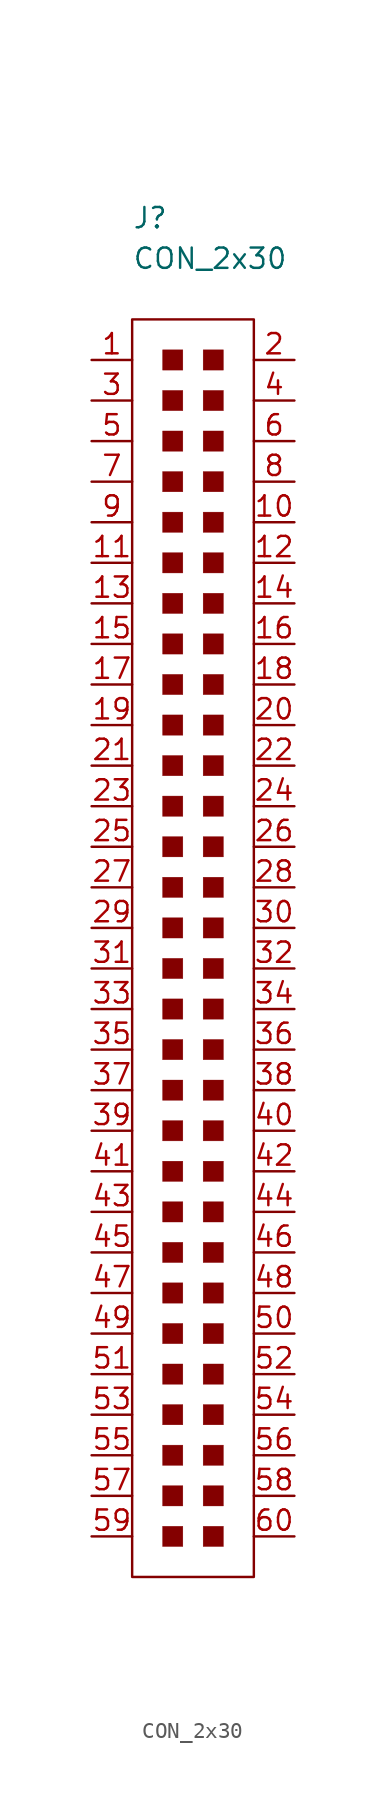
<source format=kicad_sym>
(kicad_symbol_lib
  (version 20211014)
  (generator kicad_symbol_editor)
  (symbol "CON_2x30"
    (pin_names
      (offset 1.016))
    (property "Reference" "J"
      (at -5.08 21.59 0)
      (effects (font (size 1.27 1.27)) (justify left)))
    (property "Value" "CON_2x30"
      (at -5.08 19.05 0)
      (effects (font (size 1.27 1.27)) (justify left)))
    (symbol "CON_2x30_0_1"
      (rectangle (start -5.08 15.24) (end 2.54 -63.5) (stroke (width 0.152) (type default) (color 0 0 0 0)) (fill (type none)))
      (rectangle (start -3.175 -60.325) (end -1.905 -61.595) (stroke (width 0.001) (type default) (color 0 0 0 0)) (fill (type outline)))
      (rectangle (start -3.175 -57.785) (end -1.905 -59.055) (stroke (width 0.001) (type default) (color 0 0 0 0)) (fill (type outline)))
      (rectangle (start -3.175 -55.245) (end -1.905 -56.515) (stroke (width 0.001) (type default) (color 0 0 0 0)) (fill (type outline)))
      (rectangle (start -3.175 -52.705) (end -1.905 -53.975) (stroke (width 0.001) (type default) (color 0 0 0 0)) (fill (type outline)))
      (rectangle (start -3.175 -50.165) (end -1.905 -51.435) (stroke (width 0.001) (type default) (color 0 0 0 0)) (fill (type outline)))
      (rectangle (start -3.175 -47.625) (end -1.905 -48.895) (stroke (width 0.001) (type default) (color 0 0 0 0)) (fill (type outline)))
      (rectangle (start -3.175 -45.085) (end -1.905 -46.355) (stroke (width 0.001) (type default) (color 0 0 0 0)) (fill (type outline)))
      (rectangle (start -3.175 -42.545) (end -1.905 -43.815) (stroke (width 0.001) (type default) (color 0 0 0 0)) (fill (type outline)))
      (rectangle (start -3.175 -40.005) (end -1.905 -41.275) (stroke (width 0.001) (type default) (color 0 0 0 0)) (fill (type outline)))
      (rectangle (start -3.175 -37.465) (end -1.905 -38.735) (stroke (width 0.001) (type default) (color 0 0 0 0)) (fill (type outline)))
      (rectangle (start -3.175 -34.925) (end -1.905 -36.195) (stroke (width 0.001) (type default) (color 0 0 0 0)) (fill (type outline)))
      (rectangle (start -3.175 -32.385) (end -1.905 -33.655) (stroke (width 0.001) (type default) (color 0 0 0 0)) (fill (type outline)))
      (rectangle (start -3.175 -29.845) (end -1.905 -31.115) (stroke (width 0.001) (type default) (color 0 0 0 0)) (fill (type outline)))
      (rectangle (start -3.175 -27.305) (end -1.905 -28.575) (stroke (width 0.001) (type default) (color 0 0 0 0)) (fill (type outline)))
      (rectangle (start -3.175 -24.765) (end -1.905 -26.035) (stroke (width 0.001) (type default) (color 0 0 0 0)) (fill (type outline)))
      (rectangle (start -3.175 -22.225) (end -1.905 -23.495) (stroke (width 0.001) (type default) (color 0 0 0 0)) (fill (type outline)))
      (rectangle (start -3.175 -19.685) (end -1.905 -20.955) (stroke (width 0.001) (type default) (color 0 0 0 0)) (fill (type outline)))
      (rectangle (start -3.175 -17.145) (end -1.905 -18.415) (stroke (width 0.001) (type default) (color 0 0 0 0)) (fill (type outline)))
      (rectangle (start -3.175 -14.605) (end -1.905 -15.875) (stroke (width 0.001) (type default) (color 0 0 0 0)) (fill (type outline)))
      (rectangle (start -3.175 -12.065) (end -1.905 -13.335) (stroke (width 0.001) (type default) (color 0 0 0 0)) (fill (type outline)))
      (rectangle (start -3.175 -9.525) (end -1.905 -10.795) (stroke (width 0.001) (type default) (color 0 0 0 0)) (fill (type outline)))
      (rectangle (start -3.175 -6.985) (end -1.905 -8.255) (stroke (width 0.001) (type default) (color 0 0 0 0)) (fill (type outline)))
      (rectangle (start -3.175 -4.445) (end -1.905 -5.715) (stroke (width 0.001) (type default) (color 0 0 0 0)) (fill (type outline)))
      (rectangle (start -3.175 -1.905) (end -1.905 -3.175) (stroke (width 0.001) (type default) (color 0 0 0 0)) (fill (type outline)))
      (rectangle (start -3.175 0.635) (end -1.905 -0.635) (stroke (width 0.001) (type default) (color 0 0 0 0)) (fill (type outline)))
      (rectangle (start -3.175 3.175) (end -1.905 1.905) (stroke (width 0.001) (type default) (color 0 0 0 0)) (fill (type outline)))
      (rectangle (start -3.175 5.715) (end -1.905 4.445) (stroke (width 0.001) (type default) (color 0 0 0 0)) (fill (type outline)))
      (rectangle (start -3.175 8.255) (end -1.905 6.985) (stroke (width 0.001) (type default) (color 0 0 0 0)) (fill (type outline)))
      (rectangle (start -3.175 10.795) (end -1.905 9.525) (stroke (width 0.001) (type default) (color 0 0 0 0)) (fill (type outline)))
      (rectangle (start -3.175 13.335) (end -1.905 12.065) (stroke (width 0.001) (type default) (color 0 0 0 0)) (fill (type outline)))
      (rectangle (start -0.635 -60.325) (end 0.635 -61.595) (stroke (width 0.001) (type default) (color 0 0 0 0)) (fill (type outline)))
      (rectangle (start -0.635 -57.785) (end 0.635 -59.055) (stroke (width 0.001) (type default) (color 0 0 0 0)) (fill (type outline)))
      (rectangle (start -0.635 -55.245) (end 0.635 -56.515) (stroke (width 0.001) (type default) (color 0 0 0 0)) (fill (type outline)))
      (rectangle (start -0.635 -52.705) (end 0.635 -53.975) (stroke (width 0.001) (type default) (color 0 0 0 0)) (fill (type outline)))
      (rectangle (start -0.635 -50.165) (end 0.635 -51.435) (stroke (width 0.001) (type default) (color 0 0 0 0)) (fill (type outline)))
      (rectangle (start -0.635 -47.625) (end 0.635 -48.895) (stroke (width 0.001) (type default) (color 0 0 0 0)) (fill (type outline)))
      (rectangle (start -0.635 -45.085) (end 0.635 -46.355) (stroke (width 0.001) (type default) (color 0 0 0 0)) (fill (type outline)))
      (rectangle (start -0.635 -42.545) (end 0.635 -43.815) (stroke (width 0.001) (type default) (color 0 0 0 0)) (fill (type outline)))
      (rectangle (start -0.635 -40.005) (end 0.635 -41.275) (stroke (width 0.001) (type default) (color 0 0 0 0)) (fill (type outline)))
      (rectangle (start -0.635 -37.465) (end 0.635 -38.735) (stroke (width 0.001) (type default) (color 0 0 0 0)) (fill (type outline)))
      (rectangle (start -0.635 -34.925) (end 0.635 -36.195) (stroke (width 0.001) (type default) (color 0 0 0 0)) (fill (type outline)))
      (rectangle (start -0.635 -32.385) (end 0.635 -33.655) (stroke (width 0.001) (type default) (color 0 0 0 0)) (fill (type outline)))
      (rectangle (start -0.635 -29.845) (end 0.635 -31.115) (stroke (width 0.001) (type default) (color 0 0 0 0)) (fill (type outline)))
      (rectangle (start -0.635 -27.305) (end 0.635 -28.575) (stroke (width 0.001) (type default) (color 0 0 0 0)) (fill (type outline)))
      (rectangle (start -0.635 -24.765) (end 0.635 -26.035) (stroke (width 0.001) (type default) (color 0 0 0 0)) (fill (type outline)))
      (rectangle (start -0.635 -22.225) (end 0.635 -23.495) (stroke (width 0.001) (type default) (color 0 0 0 0)) (fill (type outline)))
      (rectangle (start -0.635 -19.685) (end 0.635 -20.955) (stroke (width 0.001) (type default) (color 0 0 0 0)) (fill (type outline)))
      (rectangle (start -0.635 -17.145) (end 0.635 -18.415) (stroke (width 0.001) (type default) (color 0 0 0 0)) (fill (type outline)))
      (rectangle (start -0.635 -14.605) (end 0.635 -15.875) (stroke (width 0.001) (type default) (color 0 0 0 0)) (fill (type outline)))
      (rectangle (start -0.635 -12.065) (end 0.635 -13.335) (stroke (width 0.001) (type default) (color 0 0 0 0)) (fill (type outline)))
      (rectangle (start -0.635 -9.525) (end 0.635 -10.795) (stroke (width 0.001) (type default) (color 0 0 0 0)) (fill (type outline)))
      (rectangle (start -0.635 -6.985) (end 0.635 -8.255) (stroke (width 0.001) (type default) (color 0 0 0 0)) (fill (type outline)))
      (rectangle (start -0.635 -4.445) (end 0.635 -5.715) (stroke (width 0.001) (type default) (color 0 0 0 0)) (fill (type outline)))
      (rectangle (start -0.635 -1.905) (end 0.635 -3.175) (stroke (width 0.001) (type default) (color 0 0 0 0)) (fill (type outline)))
      (rectangle (start -0.635 0.635) (end 0.635 -0.635) (stroke (width 0.001) (type default) (color 0 0 0 0)) (fill (type outline)))
      (rectangle (start -0.635 3.175) (end 0.635 1.905) (stroke (width 0.001) (type default) (color 0 0 0 0)) (fill (type outline)))
      (rectangle (start -0.635 5.715) (end 0.635 4.445) (stroke (width 0.001) (type default) (color 0 0 0 0)) (fill (type outline)))
      (rectangle (start -0.635 8.255) (end 0.635 6.985) (stroke (width 0.001) (type default) (color 0 0 0 0)) (fill (type outline)))
      (rectangle (start -0.635 10.795) (end 0.635 9.525) (stroke (width 0.001) (type default) (color 0 0 0 0)) (fill (type outline)))
      (rectangle (start -0.635 13.335) (end 0.635 12.065) (stroke (width 0.001) (type default) (color 0 0 0 0)) (fill (type outline))))
    (symbol "CON_2x30_1_1"
      (pin passive line (at -7.62 12.7 0) (length 2.54) (name "~" (effects (font (size 1.27 1.27)))) (number "1" (effects (font (size 1.27 1.27)))))
      (pin passive line (at 5.08 2.54 180) (length 2.54) (name "~" (effects (font (size 1.27 1.27)))) (number "10" (effects (font (size 1.27 1.27)))))
      (pin passive line (at -7.62 0 0) (length 2.54) (name "~" (effects (font (size 1.27 1.27)))) (number "11" (effects (font (size 1.27 1.27)))))
      (pin passive line (at 5.08 0 180) (length 2.54) (name "~" (effects (font (size 1.27 1.27)))) (number "12" (effects (font (size 1.27 1.27)))))
      (pin passive line (at -7.62 -2.54 0) (length 2.54) (name "~" (effects (font (size 1.27 1.27)))) (number "13" (effects (font (size 1.27 1.27)))))
      (pin passive line (at 5.08 -2.54 180) (length 2.54) (name "~" (effects (font (size 1.27 1.27)))) (number "14" (effects (font (size 1.27 1.27)))))
      (pin passive line (at -7.62 -5.08 0) (length 2.54) (name "~" (effects (font (size 1.27 1.27)))) (number "15" (effects (font (size 1.27 1.27)))))
      (pin passive line (at 5.08 -5.08 180) (length 2.54) (name "~" (effects (font (size 1.27 1.27)))) (number "16" (effects (font (size 1.27 1.27)))))
      (pin passive line (at -7.62 -7.62 0) (length 2.54) (name "~" (effects (font (size 1.27 1.27)))) (number "17" (effects (font (size 1.27 1.27)))))
      (pin passive line (at 5.08 -7.62 180) (length 2.54) (name "~" (effects (font (size 1.27 1.27)))) (number "18" (effects (font (size 1.27 1.27)))))
      (pin passive line (at -7.62 -10.16 0) (length 2.54) (name "~" (effects (font (size 1.27 1.27)))) (number "19" (effects (font (size 1.27 1.27)))))
      (pin passive line (at 5.08 12.7 180) (length 2.54) (name "~" (effects (font (size 1.27 1.27)))) (number "2" (effects (font (size 1.27 1.27)))))
      (pin passive line (at 5.08 -10.16 180) (length 2.54) (name "~" (effects (font (size 1.27 1.27)))) (number "20" (effects (font (size 1.27 1.27)))))
      (pin passive line (at -7.62 -12.7 0) (length 2.54) (name "~" (effects (font (size 1.27 1.27)))) (number "21" (effects (font (size 1.27 1.27)))))
      (pin passive line (at 5.08 -12.7 180) (length 2.54) (name "~" (effects (font (size 1.27 1.27)))) (number "22" (effects (font (size 1.27 1.27)))))
      (pin passive line (at -7.62 -15.24 0) (length 2.54) (name "~" (effects (font (size 1.27 1.27)))) (number "23" (effects (font (size 1.27 1.27)))))
      (pin passive line (at 5.08 -15.24 180) (length 2.54) (name "~" (effects (font (size 1.27 1.27)))) (number "24" (effects (font (size 1.27 1.27)))))
      (pin passive line (at -7.62 -17.78 0) (length 2.54) (name "~" (effects (font (size 1.27 1.27)))) (number "25" (effects (font (size 1.27 1.27)))))
      (pin passive line (at 5.08 -17.78 180) (length 2.54) (name "~" (effects (font (size 1.27 1.27)))) (number "26" (effects (font (size 1.27 1.27)))))
      (pin passive line (at -7.62 -20.32 0) (length 2.54) (name "~" (effects (font (size 1.27 1.27)))) (number "27" (effects (font (size 1.27 1.27)))))
      (pin passive line (at 5.08 -20.32 180) (length 2.54) (name "~" (effects (font (size 1.27 1.27)))) (number "28" (effects (font (size 1.27 1.27)))))
      (pin passive line (at -7.62 -22.86 0) (length 2.54) (name "~" (effects (font (size 1.27 1.27)))) (number "29" (effects (font (size 1.27 1.27)))))
      (pin passive line (at -7.62 10.16 0) (length 2.54) (name "~" (effects (font (size 1.27 1.27)))) (number "3" (effects (font (size 1.27 1.27)))))
      (pin passive line (at 5.08 -22.86 180) (length 2.54) (name "~" (effects (font (size 1.27 1.27)))) (number "30" (effects (font (size 1.27 1.27)))))
      (pin passive line (at -7.62 -25.4 0) (length 2.54) (name "~" (effects (font (size 1.27 1.27)))) (number "31" (effects (font (size 1.27 1.27)))))
      (pin passive line (at 5.08 -25.4 180) (length 2.54) (name "~" (effects (font (size 1.27 1.27)))) (number "32" (effects (font (size 1.27 1.27)))))
      (pin passive line (at -7.62 -27.94 0) (length 2.54) (name "~" (effects (font (size 1.27 1.27)))) (number "33" (effects (font (size 1.27 1.27)))))
      (pin passive line (at 5.08 -27.94 180) (length 2.54) (name "~" (effects (font (size 1.27 1.27)))) (number "34" (effects (font (size 1.27 1.27)))))
      (pin passive line (at -7.62 -30.48 0) (length 2.54) (name "~" (effects (font (size 1.27 1.27)))) (number "35" (effects (font (size 1.27 1.27)))))
      (pin passive line (at 5.08 -30.48 180) (length 2.54) (name "~" (effects (font (size 1.27 1.27)))) (number "36" (effects (font (size 1.27 1.27)))))
      (pin passive line (at -7.62 -33.02 0) (length 2.54) (name "~" (effects (font (size 1.27 1.27)))) (number "37" (effects (font (size 1.27 1.27)))))
      (pin passive line (at 5.08 -33.02 180) (length 2.54) (name "~" (effects (font (size 1.27 1.27)))) (number "38" (effects (font (size 1.27 1.27)))))
      (pin passive line (at -7.62 -35.56 0) (length 2.54) (name "~" (effects (font (size 1.27 1.27)))) (number "39" (effects (font (size 1.27 1.27)))))
      (pin passive line (at 5.08 10.16 180) (length 2.54) (name "~" (effects (font (size 1.27 1.27)))) (number "4" (effects (font (size 1.27 1.27)))))
      (pin passive line (at 5.08 -35.56 180) (length 2.54) (name "~" (effects (font (size 1.27 1.27)))) (number "40" (effects (font (size 1.27 1.27)))))
      (pin passive line (at -7.62 -38.1 0) (length 2.54) (name "~" (effects (font (size 1.27 1.27)))) (number "41" (effects (font (size 1.27 1.27)))))
      (pin passive line (at 5.08 -38.1 180) (length 2.54) (name "~" (effects (font (size 1.27 1.27)))) (number "42" (effects (font (size 1.27 1.27)))))
      (pin passive line (at -7.62 -40.64 0) (length 2.54) (name "~" (effects (font (size 1.27 1.27)))) (number "43" (effects (font (size 1.27 1.27)))))
      (pin passive line (at 5.08 -40.64 180) (length 2.54) (name "~" (effects (font (size 1.27 1.27)))) (number "44" (effects (font (size 1.27 1.27)))))
      (pin passive line (at -7.62 -43.18 0) (length 2.54) (name "~" (effects (font (size 1.27 1.27)))) (number "45" (effects (font (size 1.27 1.27)))))
      (pin passive line (at 5.08 -43.18 180) (length 2.54) (name "~" (effects (font (size 1.27 1.27)))) (number "46" (effects (font (size 1.27 1.27)))))
      (pin passive line (at -7.62 -45.72 0) (length 2.54) (name "~" (effects (font (size 1.27 1.27)))) (number "47" (effects (font (size 1.27 1.27)))))
      (pin passive line (at 5.08 -45.72 180) (length 2.54) (name "~" (effects (font (size 1.27 1.27)))) (number "48" (effects (font (size 1.27 1.27)))))
      (pin passive line (at -7.62 -48.26 0) (length 2.54) (name "~" (effects (font (size 1.27 1.27)))) (number "49" (effects (font (size 1.27 1.27)))))
      (pin passive line (at -7.62 7.62 0) (length 2.54) (name "~" (effects (font (size 1.27 1.27)))) (number "5" (effects (font (size 1.27 1.27)))))
      (pin passive line (at 5.08 -48.26 180) (length 2.54) (name "~" (effects (font (size 1.27 1.27)))) (number "50" (effects (font (size 1.27 1.27)))))
      (pin passive line (at -7.62 -50.8 0) (length 2.54) (name "~" (effects (font (size 1.27 1.27)))) (number "51" (effects (font (size 1.27 1.27)))))
      (pin passive line (at 5.08 -50.8 180) (length 2.54) (name "~" (effects (font (size 1.27 1.27)))) (number "52" (effects (font (size 1.27 1.27)))))
      (pin passive line (at -7.62 -53.34 0) (length 2.54) (name "~" (effects (font (size 1.27 1.27)))) (number "53" (effects (font (size 1.27 1.27)))))
      (pin passive line (at 5.08 -53.34 180) (length 2.54) (name "~" (effects (font (size 1.27 1.27)))) (number "54" (effects (font (size 1.27 1.27)))))
      (pin passive line (at -7.62 -55.88 0) (length 2.54) (name "~" (effects (font (size 1.27 1.27)))) (number "55" (effects (font (size 1.27 1.27)))))
      (pin passive line (at 5.08 -55.88 180) (length 2.54) (name "~" (effects (font (size 1.27 1.27)))) (number "56" (effects (font (size 1.27 1.27)))))
      (pin passive line (at -7.62 -58.42 0) (length 2.54) (name "~" (effects (font (size 1.27 1.27)))) (number "57" (effects (font (size 1.27 1.27)))))
      (pin passive line (at 5.08 -58.42 180) (length 2.54) (name "~" (effects (font (size 1.27 1.27)))) (number "58" (effects (font (size 1.27 1.27)))))
      (pin passive line (at -7.62 -60.96 0) (length 2.54) (name "~" (effects (font (size 1.27 1.27)))) (number "59" (effects (font (size 1.27 1.27)))))
      (pin passive line (at 5.08 7.62 180) (length 2.54) (name "~" (effects (font (size 1.27 1.27)))) (number "6" (effects (font (size 1.27 1.27)))))
      (pin passive line (at 5.08 -60.96 180) (length 2.54) (name "~" (effects (font (size 1.27 1.27)))) (number "60" (effects (font (size 1.27 1.27)))))
      (pin passive line (at -7.62 5.08 0) (length 2.54) (name "~" (effects (font (size 1.27 1.27)))) (number "7" (effects (font (size 1.27 1.27)))))
      (pin passive line (at 5.08 5.08 180) (length 2.54) (name "~" (effects (font (size 1.27 1.27)))) (number "8" (effects (font (size 1.27 1.27)))))
      (pin passive line (at -7.62 2.54 0) (length 2.54) (name "~" (effects (font (size 1.27 1.27)))) (number "9" (effects (font (size 1.27 1.27))))))))
</source>
